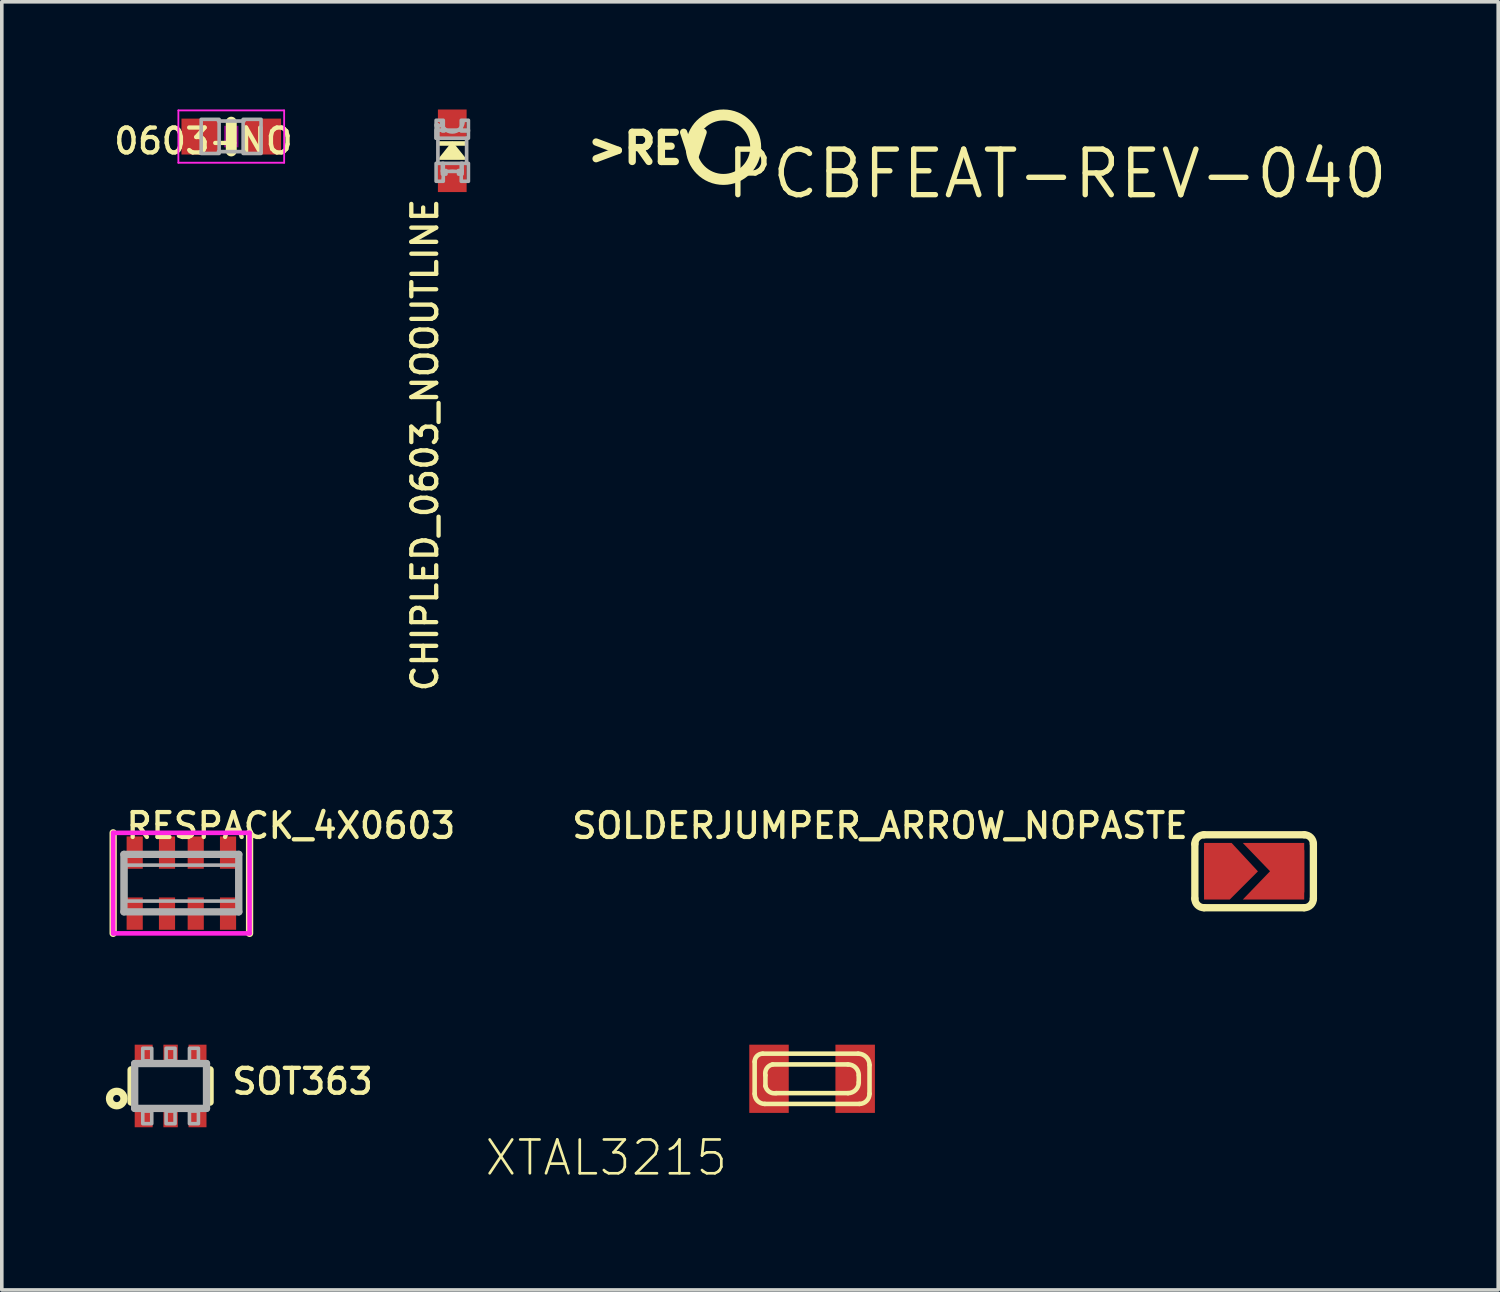
<source format=kicad_pcb>
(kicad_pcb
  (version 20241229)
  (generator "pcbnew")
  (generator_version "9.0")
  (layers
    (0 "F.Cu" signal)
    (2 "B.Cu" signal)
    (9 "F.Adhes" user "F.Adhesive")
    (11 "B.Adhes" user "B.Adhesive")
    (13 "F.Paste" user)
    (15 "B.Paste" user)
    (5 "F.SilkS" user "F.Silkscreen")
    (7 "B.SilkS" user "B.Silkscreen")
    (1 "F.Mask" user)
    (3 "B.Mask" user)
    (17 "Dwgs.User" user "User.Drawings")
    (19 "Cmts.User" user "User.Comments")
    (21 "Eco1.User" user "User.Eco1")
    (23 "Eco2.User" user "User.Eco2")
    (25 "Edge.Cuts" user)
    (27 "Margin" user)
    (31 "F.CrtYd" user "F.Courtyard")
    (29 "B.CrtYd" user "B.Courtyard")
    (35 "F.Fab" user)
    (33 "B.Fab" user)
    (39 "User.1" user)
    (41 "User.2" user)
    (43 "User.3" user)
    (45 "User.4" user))
  (footprint "CHIPLED_0603_NOOUTLINE"
    (layer "F.Cu")
    (at 9.548 1.15)
    (property "Reference" "CHIPLED_0603_NOOUTLINE" (at -0.762 1.27 270) (layer "F.SilkS") (effects (font (size 0.693 0.693) (thickness 0.12)) (justify right)))
    (fp_poly (pts (xy 0.413 0.254) (xy -0.413 0.254) (xy 0 -0.262)) (stroke (width 0) (type solid)) (fill yes) (layer "F.SilkS"))
    (fp_poly (pts (xy -0.381 -0.14) (xy 0.381 -0.14) (xy 0.381 -0.267) (xy -0.381 -0.267)) (stroke (width 0) (type solid)) (fill yes) (layer "F.SilkS"))
    (fp_line (start -0.4 -0.375) (end -0.4 0.35) (stroke (width 0.102) (type solid)) (layer "F.Fab"))
    (fp_line (start 0.4 -0.35) (end 0.4 0.35) (stroke (width 0.102) (type solid)) (layer "F.Fab"))
    (fp_arc (start -0.275 0.825) (mid 0 0.55) (end 0.275 0.825) (stroke (width 0.0508) (type solid)) (layer "F.Fab"))
    (fp_arc (start 0.3 -0.799998) (mid -0.000001 -0.524966) (end -0.3 -0.8) (stroke (width 0.1016) (type solid)) (layer "F.Fab"))
    (fp_circle (center -0.35 -0.625) (end -0.275 -0.625) (stroke (width 0.051) (type solid)) (fill no) (layer "F.Fab"))
    (fp_poly (pts (xy -0.45 -0.7) (xy -0.25 -0.7) (xy -0.25 -0.85) (xy -0.45 -0.85)) (stroke (width 0.1) (type solid)) (fill no) (layer "F.Fab"))
    (fp_poly (pts (xy -0.45 -0.35) (xy -0.4 -0.35) (xy -0.4 -0.725) (xy -0.45 -0.725)) (stroke (width 0.1) (type solid)) (fill no) (layer "F.Fab"))
    (fp_poly (pts (xy -0.45 -0.35) (xy 0.45 -0.35) (xy 0.45 -0.575) (xy -0.45 -0.575)) (stroke (width 0.1) (type solid)) (fill no) (layer "F.Fab"))
    (fp_poly (pts (xy -0.45 0.85) (xy -0.25 0.85) (xy -0.25 0.35) (xy -0.45 0.35)) (stroke (width 0.1) (type solid)) (fill no) (layer "F.Fab"))
    (fp_poly (pts (xy -0.275 -0.55) (xy -0.225 -0.55) (xy -0.225 -0.6) (xy -0.275 -0.6)) (stroke (width 0.1) (type solid)) (fill no) (layer "F.Fab"))
    (fp_poly (pts (xy -0.275 0.575) (xy 0.275 0.575) (xy 0.275 0.35) (xy -0.275 0.35)) (stroke (width 0.1) (type solid)) (fill no) (layer "F.Fab"))
    (fp_poly (pts (xy -0.275 0.65) (xy -0.175 0.65) (xy -0.175 0.55) (xy -0.275 0.55)) (stroke (width 0.1) (type solid)) (fill no) (layer "F.Fab"))
    (fp_poly (pts (xy 0.175 0.65) (xy 0.275 0.65) (xy 0.275 0.55) (xy 0.175 0.55)) (stroke (width 0.1) (type solid)) (fill no) (layer "F.Fab"))
    (fp_poly (pts (xy 0.25 -0.55) (xy 0.45 -0.55) (xy 0.45 -0.85) (xy 0.25 -0.85)) (stroke (width 0.1) (type solid)) (fill no) (layer "F.Fab"))
    (fp_poly (pts (xy 0.25 0.85) (xy 0.45 0.85) (xy 0.45 0.35) (xy 0.25 0.35)) (stroke (width 0.1) (type solid)) (fill no) (layer "F.Fab"))
    (pad "A" smd rect (at 0 0.75) (size 0.8 0.8) (layers "F.Cu" "F.Mask" "F.Paste"))
    (pad "C" smd rect (at 0 -0.75) (size 0.8 0.8) (layers "F.Cu" "F.Mask" "F.Paste")))
  (footprint "PCBFEAT-REV-040"
    (layer "F.Cu")
    (at 17.102 1.05)
    (property "Reference" "PCBFEAT-REV-040" (at 0 0 0) (layer "F.SilkS") (effects (font (size 1.27 1.27) (thickness 0.15)) (justify left top)))
    (fp_circle (center 0 0) (end 0.898 0) (stroke (width 0.305) (type solid)) (fill no) (layer "F.SilkS"))
    (fp_text user ">REV" (at -0.356 0.508 0) (layer "F.SilkS") (effects (font (size 0.813 0.813) (thickness 0.203)) (justify right bottom))))
  (footprint "0603-NO"
    (layer "F.Cu")
    (at 3.392 0.754)
    (property "Reference" "0603-NO" (at 1.778 0.127 180) (layer "F.SilkS") (effects (font (size 0.693 0.693) (thickness 0.12)) (justify right)))
    (fp_line (start 0 -0.4) (end 0 0.4) (stroke (width 0.305) (type solid)) (layer "F.SilkS"))
    (fp_poly (pts (xy -0.2 0.3) (xy 0.2 0.3) (xy 0.2 -0.3) (xy -0.2 -0.3)) (stroke (width 0) (type solid)) (fill yes) (layer "F.Adhes"))
    (fp_line (start -1.473 -0.729) (end 1.473 -0.729) (stroke (width 0.051) (type solid)) (layer "F.CrtYd"))
    (fp_line (start -1.473 0.729) (end -1.473 -0.729) (stroke (width 0.051) (type solid)) (layer "F.CrtYd"))
    (fp_line (start 1.473 -0.729) (end 1.473 0.729) (stroke (width 0.051) (type solid)) (layer "F.CrtYd"))
    (fp_line (start 1.473 0.729) (end -1.473 0.729) (stroke (width 0.051) (type solid)) (layer "F.CrtYd"))
    (fp_line (start -0.356 -0.432) (end 0.356 -0.432) (stroke (width 0.102) (type solid)) (layer "F.Fab"))
    (fp_line (start -0.356 0.419) (end 0.356 0.419) (stroke (width 0.102) (type solid)) (layer "F.Fab"))
    (fp_poly (pts (xy -0.838 0.47) (xy -0.338 0.47) (xy -0.338 -0.48) (xy -0.838 -0.48)) (stroke (width 0.1) (type solid)) (fill no) (layer "F.Fab"))
    (fp_poly (pts (xy 0.33 0.47) (xy 0.83 0.47) (xy 0.83 -0.48) (xy 0.33 -0.48)) (stroke (width 0.1) (type solid)) (fill no) (layer "F.Fab"))
    (pad "1" smd rect (at -0.85 0) (size 1.075 1) (layers "F.Cu" "F.Mask" "F.Paste"))
    (pad "2" smd rect (at 0.85 0) (size 1.075 1) (layers "F.Cu" "F.Mask" "F.Paste")))
  (footprint "SOLDERJUMPER_ARROW_NOPASTE"
    (layer "F.Cu")
    (at 31.884 21.219)
    (property "Reference" "SOLDERJUMPER_ARROW_NOPASTE" (at -1.778 -1.27 0) (layer "F.SilkS") (effects (font (size 0.693 0.693) (thickness 0.12)) (justify right)))
    (fp_poly (pts (xy 0.106 0.003) (xy -0.679 0.788) (xy -1.395 0.788) (xy -1.395 -0.788) (xy -0.627 -0.788)) (stroke (width 0) (type solid)) (fill yes) (layer "F.Cu"))
    (fp_poly (pts (xy 1.395 0.788) (xy -0.316 0.788) (xy 0.443 0) (xy -0.316 -0.788) (xy 1.395 -0.788)) (stroke (width 0) (type solid)) (fill yes) (layer "F.Cu"))
    (fp_poly (pts (xy -1.46 0.826) (xy 1.46 0.826) (xy 1.46 -0.826) (xy -1.46 -0.826)) (stroke (width 0) (type solid)) (fill yes) (layer "F.Mask"))
    (fp_line (start -1.651 0.762) (end -1.651 -0.762) (stroke (width 0.203) (type solid)) (layer "F.SilkS"))
    (fp_line (start -1.397 -1.016) (end 1.397 -1.016) (stroke (width 0.203) (type solid)) (layer "F.SilkS"))
    (fp_line (start 1.397 1.016) (end -1.397 1.016) (stroke (width 0.203) (type solid)) (layer "F.SilkS"))
    (fp_line (start 1.651 0.762) (end 1.651 -0.762) (stroke (width 0.203) (type solid)) (layer "F.SilkS"))
    (fp_arc (start -1.651 -0.762) (mid -1.576605 -0.941605) (end -1.397 -1.016) (stroke (width 0.2032) (type solid)) (layer "F.SilkS"))
    (fp_arc (start -1.397 1.016) (mid -1.576605 0.941605) (end -1.651 0.762) (stroke (width 0.2032) (type solid)) (layer "F.SilkS"))
    (fp_arc (start 1.397 -1.016) (mid 1.576605 -0.941605) (end 1.651 -0.762) (stroke (width 0.2032) (type solid)) (layer "F.SilkS"))
    (fp_arc (start 1.651 0.762) (mid 1.576605 0.941605) (end 1.397 1.016) (stroke (width 0.2032) (type solid)) (layer "F.SilkS"))
    (pad "1" smd roundrect (at -1.016 0 180) (size 0.762 1.524) (layers "F.Cu") (roundrect_rratio 0.25))
    (pad "2" smd roundrect (at 1.016 0 180) (size 0.762 1.524) (layers "F.Cu") (roundrect_rratio 0.25)))
  (footprint "XTAL3215"
    (layer "F.Cu")
    (at 19.571 27)
    (property "Reference" "XTAL3215" (at -2.3 2.2 180) (layer "F.SilkS") (effects (font (size 0.941 0.941) (thickness 0.075)) (justify right)))
    (fp_line (start -1.6 0.417) (end -1.6 -0.476) (stroke (width 0.127) (type solid)) (layer "F.SilkS"))
    (fp_line (start -1.376 -0.7) (end 1.284 -0.7) (stroke (width 0.127) (type solid)) (layer "F.SilkS"))
    (fp_line (start -1.3 0.2) (end -1.3 -0.1) (stroke (width 0.127) (type solid)) (layer "F.SilkS"))
    (fp_line (start -1.1 -0.4) (end 1 -0.4) (stroke (width 0.127) (type solid)) (layer "F.SilkS"))
    (fp_line (start 1 0.4) (end -1 0.4) (stroke (width 0.127) (type solid)) (layer "F.SilkS"))
    (fp_line (start 1.3 -0.1) (end 1.3 0.1) (stroke (width 0.127) (type solid)) (layer "F.SilkS"))
    (fp_line (start 1.317 0.7) (end -1.317 0.7) (stroke (width 0.127) (type solid)) (layer "F.SilkS"))
    (fp_line (start 1.6 -0.384) (end 1.6 0.417) (stroke (width 0.127) (type solid)) (layer "F.SilkS"))
    (fp_arc (start -1.6 -0.4764) (mid -1.534509 -0.634509) (end -1.3764 -0.7) (stroke (width 0.127) (type solid)) (layer "F.SilkS"))
    (fp_arc (start -1.3172 0.7) (mid -1.51717 0.61717) (end -1.6 0.4172) (stroke (width 0.127) (type solid)) (layer "F.SilkS"))
    (fp_arc (start -1.3 -0.1) (mid -1.262161 -0.291441) (end -1.099999 -0.399999) (stroke (width 0.127) (type solid)) (layer "F.SilkS"))
    (fp_arc (start -1 0.4) (mid -1.191422 0.362132) (end -1.300001 0.199999) (stroke (width 0.127) (type solid)) (layer "F.SilkS"))
    (fp_arc (start 1 -0.4) (mid 1.212103 -0.312103) (end 1.3 -0.1) (stroke (width 0.127) (type solid)) (layer "F.SilkS"))
    (fp_arc (start 1.2838 -0.7) (mid 1.507387 -0.607387) (end 1.6 -0.3838) (stroke (width 0.127) (type solid)) (layer "F.SilkS"))
    (fp_arc (start 1.3 0.1) (mid 1.212131 0.312132) (end 0.999999 0.399999) (stroke (width 0.127) (type solid)) (layer "F.SilkS"))
    (fp_arc (start 1.6 0.4172) (mid 1.51717 0.61717) (end 1.3172 0.7) (stroke (width 0.127) (type solid)) (layer "F.SilkS"))
    (pad "P$1" smd rect (at 1.2 0) (size 1.1 1.9) (layers "F.Cu" "F.Mask" "F.Paste"))
    (pad "P$2" smd rect (at -1.2 0 180) (size 1.1 1.9) (layers "F.Cu" "F.Mask" "F.Paste")))
  (footprint "SOT363"
    (layer "F.Cu")
    (at 1.702 27.2)
    (property "Reference" "SOT363" (at 1.651 -0.127 0) (layer "F.SilkS") (effects (font (size 0.693 0.693) (thickness 0.12)) (justify left)))
    (fp_line (start -1.1 -0.45) (end -1.1 0.45) (stroke (width 0.203) (type solid)) (layer "F.SilkS"))
    (fp_line (start 1.1 -0.45) (end 1.1 0.45) (stroke (width 0.203) (type solid)) (layer "F.SilkS"))
    (fp_circle (center -1.5 0.35) (end -1.4 0.35) (stroke (width 0.203) (type solid)) (fill no) (layer "F.SilkS"))
    (fp_line (start -1 -0.625) (end 1 -0.625) (stroke (width 0.203) (type solid)) (layer "F.Fab"))
    (fp_line (start -1 0.625) (end -1 -0.625) (stroke (width 0.203) (type solid)) (layer "F.Fab"))
    (fp_line (start 1 -0.625) (end 1 0.625) (stroke (width 0.203) (type solid)) (layer "F.Fab"))
    (fp_line (start 1 0.625) (end -1 0.625) (stroke (width 0.203) (type solid)) (layer "F.Fab"))
    (fp_poly (pts (xy -0.775 -0.7) (xy -0.525 -0.7) (xy -0.525 -1.05) (xy -0.775 -1.05)) (stroke (width 0.1) (type solid)) (fill no) (layer "F.Fab"))
    (fp_poly (pts (xy -0.775 1.05) (xy -0.525 1.05) (xy -0.525 0.7) (xy -0.775 0.7)) (stroke (width 0.1) (type solid)) (fill no) (layer "F.Fab"))
    (fp_poly (pts (xy -0.125 -0.7) (xy 0.125 -0.7) (xy 0.125 -1.05) (xy -0.125 -1.05)) (stroke (width 0.1) (type solid)) (fill no) (layer "F.Fab"))
    (fp_poly (pts (xy -0.125 1.05) (xy 0.125 1.05) (xy 0.125 0.7) (xy -0.125 0.7)) (stroke (width 0.1) (type solid)) (fill no) (layer "F.Fab"))
    (fp_poly (pts (xy 0.525 -0.7) (xy 0.775 -0.7) (xy 0.775 -1.05) (xy 0.525 -1.05)) (stroke (width 0.1) (type solid)) (fill no) (layer "F.Fab"))
    (fp_poly (pts (xy 0.525 1.05) (xy 0.775 1.05) (xy 0.775 0.7) (xy 0.525 0.7)) (stroke (width 0.1) (type solid)) (fill no) (layer "F.Fab"))
    (pad "1" smd rect (at -0.75 0.9) (size 0.5 0.5) (layers "F.Cu" "F.Mask" "F.Paste"))
    (pad "2" smd rect (at 0 0.9) (size 0.4 0.5) (layers "F.Cu" "F.Mask" "F.Paste"))
    (pad "3" smd rect (at 0.75 0.9) (size 0.5 0.5) (layers "F.Cu" "F.Mask" "F.Paste"))
    (pad "4" smd rect (at 0.75 -0.9) (size 0.5 0.5) (layers "F.Cu" "F.Mask" "F.Paste"))
    (pad "5" smd rect (at 0 -0.9) (size 0.4 0.5) (layers "F.Cu" "F.Mask" "F.Paste"))
    (pad "6" smd rect (at -0.75 -0.9) (size 0.5 0.5) (layers "F.Cu" "F.Mask" "F.Paste")))
  (footprint "RESPACK_4X0603"
    (layer "F.Cu")
    (at 2.002 21.549)
    (property "Reference" "RESPACK_4X0603" (at -1.6 -1.6 0) (layer "F.SilkS") (effects (font (size 0.693 0.693) (thickness 0.12)) (justify left)))
    (fp_line (start -1.9 1.4) (end -1.9 -1.4) (stroke (width 0.203) (type solid)) (layer "F.SilkS"))
    (fp_line (start 1.9 -1.4) (end 1.9 1.4) (stroke (width 0.203) (type solid)) (layer "F.SilkS"))
    (fp_line (start -1.9 -1.4) (end 1.9 -1.4) (stroke (width 0.127) (type solid)) (layer "F.CrtYd"))
    (fp_line (start -1.9 1.4) (end -1.9 -1.4) (stroke (width 0.127) (type solid)) (layer "F.CrtYd"))
    (fp_line (start -1.9 1.4) (end 1.9 1.4) (stroke (width 0.127) (type solid)) (layer "F.CrtYd"))
    (fp_line (start 1.9 -1.4) (end 1.9 1.4) (stroke (width 0.127) (type solid)) (layer "F.CrtYd"))
    (fp_line (start -1.6 -0.8) (end 1.6 -0.8) (stroke (width 0.203) (type solid)) (layer "F.Fab"))
    (fp_line (start -1.6 0.8) (end -1.6 -0.8) (stroke (width 0.203) (type solid)) (layer "F.Fab"))
    (fp_line (start 1.6 -0.8) (end 1.6 0.8) (stroke (width 0.203) (type solid)) (layer "F.Fab"))
    (fp_line (start 1.6 0.8) (end -1.6 0.8) (stroke (width 0.203) (type solid)) (layer "F.Fab"))
    (fp_poly (pts (xy -1.55 0.5) (xy 1.55 0.5) (xy 1.55 -0.5) (xy -1.55 -0.5)) (stroke (width 0.1) (type solid)) (fill no) (layer "F.Fab"))
    (pad "1" smd rect (at -1.3 0.85) (size 0.45 0.9) (layers "F.Cu" "F.Mask" "F.Paste"))
    (pad "2" smd rect (at -0.4 0.85) (size 0.45 0.9) (layers "F.Cu" "F.Mask" "F.Paste"))
    (pad "3" smd rect (at 0.4 0.85) (size 0.45 0.9) (layers "F.Cu" "F.Mask" "F.Paste"))
    (pad "4" smd rect (at 1.3 0.85) (size 0.45 0.9) (layers "F.Cu" "F.Mask" "F.Paste"))
    (pad "5" smd rect (at 1.3 -0.85) (size 0.45 0.9) (layers "F.Cu" "F.Mask" "F.Paste"))
    (pad "6" smd rect (at 0.4 -0.85) (size 0.45 0.9) (layers "F.Cu" "F.Mask" "F.Paste"))
    (pad "7" smd rect (at -0.4 -0.85) (size 0.45 0.9) (layers "F.Cu" "F.Mask" "F.Paste"))
    (pad "8" smd rect (at -1.3 -0.85) (size 0.45 0.9) (layers "F.Cu" "F.Mask" "F.Paste")))
  (gr_rect
    (start -3 -3)
    (end 38.683 32.882)
    (stroke (width 0.1) (type default))
    (fill no)
    (layer "Edge.Cuts")))
</source>
